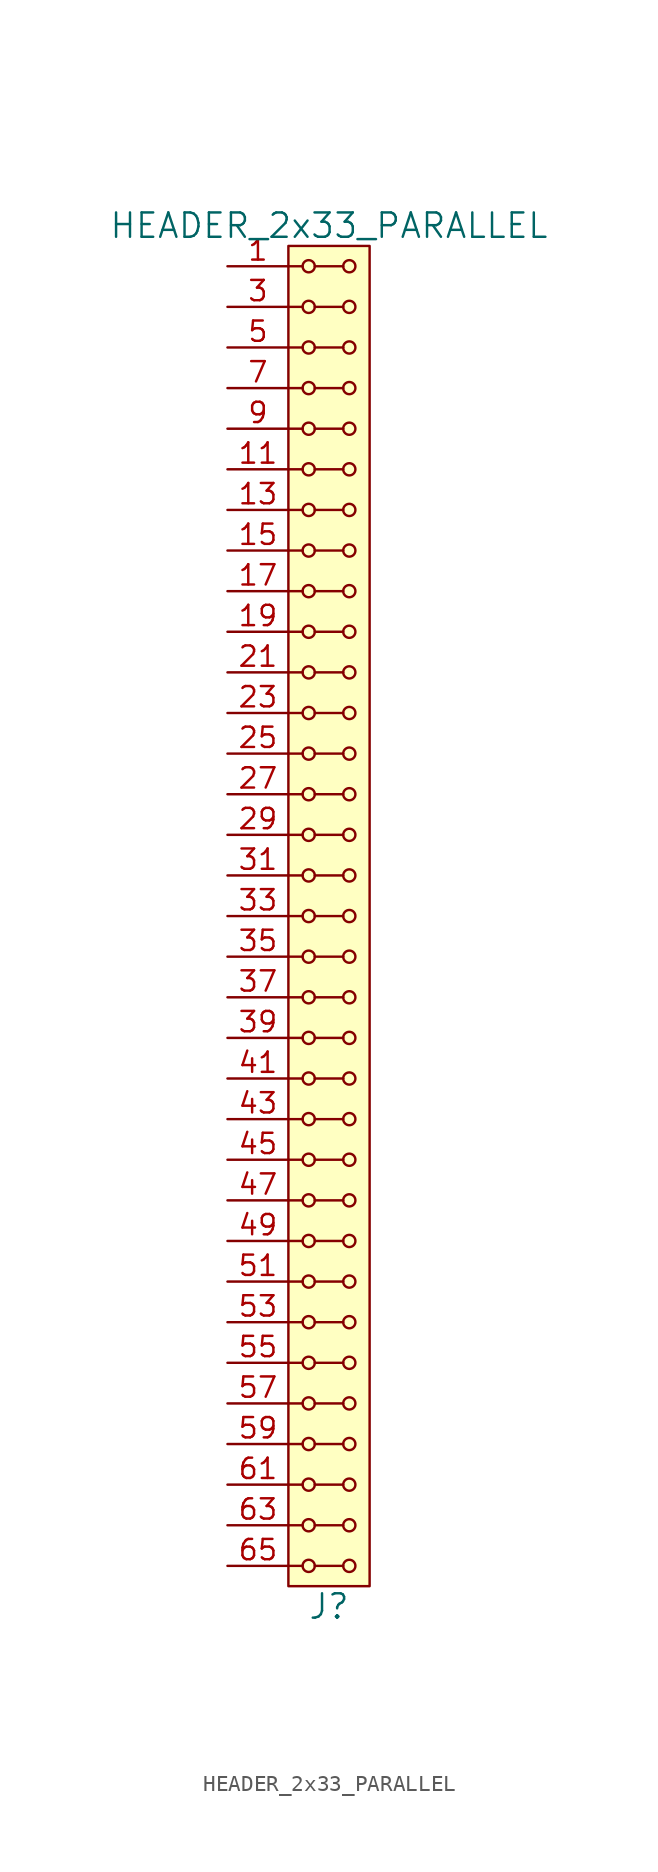
<source format=kicad_sym>
(kicad_symbol_lib
  (version 20211014)
  (generator kicad_symbol_editor)
  (symbol "HEADER_2x33_PARALLEL"
    (pin_names
      (offset 1.016))
    (property "Reference" "J"
      (at 0 -43.18 0)
      (effects (font (size 1.524 1.524))))
    (property "Value" "HEADER_2x33_PARALLEL"
      (at 0 43.18 0)
      (effects (font (size 1.524 1.524))))
    (property "Footprint" ""
      (at 0 40.64 0)
      (effects (font (size 1.524 1.524))))
    (property "Datasheet" ""
      (at 0 40.64 0)
      (effects (font (size 1.524 1.524))))
    (symbol "HEADER_2x33_PARALLEL_0_1"
      (rectangle (start -2.54 41.91) (end 2.54 -41.91) (stroke (width 0) (type default) (color 0 0 0 0)) (fill (type background)))
      (circle (center -1.27 -40.64) (radius 0.381) (stroke (width 0) (type default) (color 0 0 0 0)) (fill (type none)))
      (circle (center -1.27 -38.1) (radius 0.381) (stroke (width 0) (type default) (color 0 0 0 0)) (fill (type none)))
      (circle (center -1.27 -35.56) (radius 0.381) (stroke (width 0) (type default) (color 0 0 0 0)) (fill (type none)))
      (circle (center -1.27 -33.02) (radius 0.381) (stroke (width 0) (type default) (color 0 0 0 0)) (fill (type none)))
      (circle (center -1.27 -30.48) (radius 0.381) (stroke (width 0) (type default) (color 0 0 0 0)) (fill (type none)))
      (circle (center -1.27 -27.94) (radius 0.381) (stroke (width 0) (type default) (color 0 0 0 0)) (fill (type none)))
      (circle (center -1.27 -25.4) (radius 0.381) (stroke (width 0) (type default) (color 0 0 0 0)) (fill (type none)))
      (circle (center -1.27 -22.86) (radius 0.381) (stroke (width 0) (type default) (color 0 0 0 0)) (fill (type none)))
      (circle (center -1.27 -20.32) (radius 0.381) (stroke (width 0) (type default) (color 0 0 0 0)) (fill (type none)))
      (circle (center -1.27 -17.78) (radius 0.381) (stroke (width 0) (type default) (color 0 0 0 0)) (fill (type none)))
      (circle (center -1.27 -15.24) (radius 0.381) (stroke (width 0) (type default) (color 0 0 0 0)) (fill (type none)))
      (circle (center -1.27 -12.7) (radius 0.381) (stroke (width 0) (type default) (color 0 0 0 0)) (fill (type none)))
      (circle (center -1.27 -10.16) (radius 0.381) (stroke (width 0) (type default) (color 0 0 0 0)) (fill (type none)))
      (circle (center -1.27 -7.62) (radius 0.381) (stroke (width 0) (type default) (color 0 0 0 0)) (fill (type none)))
      (circle (center -1.27 -5.08) (radius 0.381) (stroke (width 0) (type default) (color 0 0 0 0)) (fill (type none)))
      (circle (center -1.27 -2.54) (radius 0.381) (stroke (width 0) (type default) (color 0 0 0 0)) (fill (type none)))
      (circle (center -1.27 0) (radius 0.381) (stroke (width 0) (type default) (color 0 0 0 0)) (fill (type none)))
      (circle (center -1.27 2.54) (radius 0.381) (stroke (width 0) (type default) (color 0 0 0 0)) (fill (type none)))
      (circle (center -1.27 5.08) (radius 0.381) (stroke (width 0) (type default) (color 0 0 0 0)) (fill (type none)))
      (circle (center -1.27 7.62) (radius 0.381) (stroke (width 0) (type default) (color 0 0 0 0)) (fill (type none)))
      (circle (center -1.27 10.16) (radius 0.381) (stroke (width 0) (type default) (color 0 0 0 0)) (fill (type none)))
      (circle (center -1.27 12.7) (radius 0.381) (stroke (width 0) (type default) (color 0 0 0 0)) (fill (type none)))
      (circle (center -1.27 15.24) (radius 0.381) (stroke (width 0) (type default) (color 0 0 0 0)) (fill (type none)))
      (circle (center -1.27 17.78) (radius 0.381) (stroke (width 0) (type default) (color 0 0 0 0)) (fill (type none)))
      (circle (center -1.27 20.32) (radius 0.381) (stroke (width 0) (type default) (color 0 0 0 0)) (fill (type none)))
      (circle (center -1.27 22.86) (radius 0.381) (stroke (width 0) (type default) (color 0 0 0 0)) (fill (type none)))
      (circle (center -1.27 25.4) (radius 0.381) (stroke (width 0) (type default) (color 0 0 0 0)) (fill (type none)))
      (circle (center -1.27 27.94) (radius 0.381) (stroke (width 0) (type default) (color 0 0 0 0)) (fill (type none)))
      (circle (center -1.27 30.48) (radius 0.381) (stroke (width 0) (type default) (color 0 0 0 0)) (fill (type none)))
      (circle (center -1.27 33.02) (radius 0.381) (stroke (width 0) (type default) (color 0 0 0 0)) (fill (type none)))
      (circle (center -1.27 35.56) (radius 0.381) (stroke (width 0) (type default) (color 0 0 0 0)) (fill (type none)))
      (circle (center -1.27 38.1) (radius 0.381) (stroke (width 0) (type default) (color 0 0 0 0)) (fill (type none)))
      (circle (center -1.27 40.64) (radius 0.381) (stroke (width 0) (type default) (color 0 0 0 0)) (fill (type none)))
      (polyline (pts (xy -1.651 -40.64) (xy -2.54 -40.64)) (stroke (width 0) (type default) (color 0 0 0 0)) (fill (type none)))
      (polyline (pts (xy -1.651 -38.1) (xy -2.54 -38.1)) (stroke (width 0) (type default) (color 0 0 0 0)) (fill (type none)))
      (polyline (pts (xy -1.651 -35.56) (xy -2.54 -35.56)) (stroke (width 0) (type default) (color 0 0 0 0)) (fill (type none)))
      (polyline (pts (xy -1.651 -33.02) (xy -2.54 -33.02)) (stroke (width 0) (type default) (color 0 0 0 0)) (fill (type none)))
      (polyline (pts (xy -1.651 -30.48) (xy -2.54 -30.48)) (stroke (width 0) (type default) (color 0 0 0 0)) (fill (type none)))
      (polyline (pts (xy -1.651 -27.94) (xy -2.54 -27.94)) (stroke (width 0) (type default) (color 0 0 0 0)) (fill (type none)))
      (polyline (pts (xy -1.651 -25.4) (xy -2.54 -25.4)) (stroke (width 0) (type default) (color 0 0 0 0)) (fill (type none)))
      (polyline (pts (xy -1.651 -22.86) (xy -2.54 -22.86)) (stroke (width 0) (type default) (color 0 0 0 0)) (fill (type none)))
      (polyline (pts (xy -1.651 -20.32) (xy -2.54 -20.32)) (stroke (width 0) (type default) (color 0 0 0 0)) (fill (type none)))
      (polyline (pts (xy -1.651 -17.78) (xy -2.54 -17.78)) (stroke (width 0) (type default) (color 0 0 0 0)) (fill (type none)))
      (polyline (pts (xy -1.651 -15.24) (xy -2.54 -15.24)) (stroke (width 0) (type default) (color 0 0 0 0)) (fill (type none)))
      (polyline (pts (xy -1.651 -12.7) (xy -2.54 -12.7)) (stroke (width 0) (type default) (color 0 0 0 0)) (fill (type none)))
      (polyline (pts (xy -1.651 -10.16) (xy -2.54 -10.16)) (stroke (width 0) (type default) (color 0 0 0 0)) (fill (type none)))
      (polyline (pts (xy -1.651 -7.62) (xy -2.54 -7.62)) (stroke (width 0) (type default) (color 0 0 0 0)) (fill (type none)))
      (polyline (pts (xy -1.651 -5.08) (xy -2.54 -5.08)) (stroke (width 0) (type default) (color 0 0 0 0)) (fill (type none)))
      (polyline (pts (xy -1.651 -2.54) (xy -2.54 -2.54)) (stroke (width 0) (type default) (color 0 0 0 0)) (fill (type none)))
      (polyline (pts (xy -1.651 0) (xy -2.54 0)) (stroke (width 0) (type default) (color 0 0 0 0)) (fill (type none)))
      (polyline (pts (xy -1.651 2.54) (xy -2.54 2.54)) (stroke (width 0) (type default) (color 0 0 0 0)) (fill (type none)))
      (polyline (pts (xy -1.651 5.08) (xy -2.54 5.08)) (stroke (width 0) (type default) (color 0 0 0 0)) (fill (type none)))
      (polyline (pts (xy -1.651 7.62) (xy -2.54 7.62)) (stroke (width 0) (type default) (color 0 0 0 0)) (fill (type none)))
      (polyline (pts (xy -1.651 10.16) (xy -2.54 10.16)) (stroke (width 0) (type default) (color 0 0 0 0)) (fill (type none)))
      (polyline (pts (xy -1.651 12.7) (xy -2.54 12.7)) (stroke (width 0) (type default) (color 0 0 0 0)) (fill (type none)))
      (polyline (pts (xy -1.651 15.24) (xy -2.54 15.24)) (stroke (width 0) (type default) (color 0 0 0 0)) (fill (type none)))
      (polyline (pts (xy -1.651 17.78) (xy -2.54 17.78)) (stroke (width 0) (type default) (color 0 0 0 0)) (fill (type none)))
      (polyline (pts (xy -1.651 20.32) (xy -2.54 20.32)) (stroke (width 0) (type default) (color 0 0 0 0)) (fill (type none)))
      (polyline (pts (xy -1.651 22.86) (xy -2.54 22.86)) (stroke (width 0) (type default) (color 0 0 0 0)) (fill (type none)))
      (polyline (pts (xy -1.651 25.4) (xy -2.54 25.4)) (stroke (width 0) (type default) (color 0 0 0 0)) (fill (type none)))
      (polyline (pts (xy -1.651 27.94) (xy -2.54 27.94)) (stroke (width 0) (type default) (color 0 0 0 0)) (fill (type none)))
      (polyline (pts (xy -1.651 30.48) (xy -2.54 30.48)) (stroke (width 0) (type default) (color 0 0 0 0)) (fill (type none)))
      (polyline (pts (xy -1.651 33.02) (xy -2.54 33.02)) (stroke (width 0) (type default) (color 0 0 0 0)) (fill (type none)))
      (polyline (pts (xy -1.651 35.56) (xy -2.54 35.56)) (stroke (width 0) (type default) (color 0 0 0 0)) (fill (type none)))
      (polyline (pts (xy -1.651 38.1) (xy -2.54 38.1)) (stroke (width 0) (type default) (color 0 0 0 0)) (fill (type none)))
      (polyline (pts (xy -1.651 40.64) (xy -2.54 40.64)) (stroke (width 0) (type default) (color 0 0 0 0)) (fill (type none)))
      (polyline (pts (xy -0.889 -40.64) (xy 0.889 -40.64)) (stroke (width 0) (type default) (color 0 0 0 0)) (fill (type none)))
      (polyline (pts (xy -0.889 -38.1) (xy 0.889 -38.1)) (stroke (width 0) (type default) (color 0 0 0 0)) (fill (type none)))
      (polyline (pts (xy -0.889 -35.56) (xy 0.889 -35.56)) (stroke (width 0) (type default) (color 0 0 0 0)) (fill (type none)))
      (polyline (pts (xy -0.889 -33.02) (xy 0.889 -33.02)) (stroke (width 0) (type default) (color 0 0 0 0)) (fill (type none)))
      (polyline (pts (xy -0.889 -30.48) (xy 0.889 -30.48)) (stroke (width 0) (type default) (color 0 0 0 0)) (fill (type none)))
      (polyline (pts (xy -0.889 -27.94) (xy 0.889 -27.94)) (stroke (width 0) (type default) (color 0 0 0 0)) (fill (type none)))
      (polyline (pts (xy -0.889 -25.4) (xy 0.889 -25.4)) (stroke (width 0) (type default) (color 0 0 0 0)) (fill (type none)))
      (polyline (pts (xy -0.889 -22.86) (xy 0.889 -22.86)) (stroke (width 0) (type default) (color 0 0 0 0)) (fill (type none)))
      (polyline (pts (xy -0.889 -20.32) (xy 0.889 -20.32)) (stroke (width 0) (type default) (color 0 0 0 0)) (fill (type none)))
      (polyline (pts (xy -0.889 -17.78) (xy 0.889 -17.78)) (stroke (width 0) (type default) (color 0 0 0 0)) (fill (type none)))
      (polyline (pts (xy -0.889 -15.24) (xy 0.889 -15.24)) (stroke (width 0) (type default) (color 0 0 0 0)) (fill (type none)))
      (polyline (pts (xy -0.889 -12.7) (xy 0.889 -12.7)) (stroke (width 0) (type default) (color 0 0 0 0)) (fill (type none)))
      (polyline (pts (xy -0.889 -10.16) (xy 0.889 -10.16)) (stroke (width 0) (type default) (color 0 0 0 0)) (fill (type none)))
      (polyline (pts (xy -0.889 -7.62) (xy 0.889 -7.62)) (stroke (width 0) (type default) (color 0 0 0 0)) (fill (type none)))
      (polyline (pts (xy -0.889 -5.08) (xy 0.889 -5.08)) (stroke (width 0) (type default) (color 0 0 0 0)) (fill (type none)))
      (polyline (pts (xy -0.889 -2.54) (xy 0.889 -2.54)) (stroke (width 0) (type default) (color 0 0 0 0)) (fill (type none)))
      (polyline (pts (xy -0.889 0) (xy 0.889 0)) (stroke (width 0) (type default) (color 0 0 0 0)) (fill (type none)))
      (polyline (pts (xy -0.889 2.54) (xy 0.889 2.54)) (stroke (width 0) (type default) (color 0 0 0 0)) (fill (type none)))
      (polyline (pts (xy -0.889 5.08) (xy 0.889 5.08)) (stroke (width 0) (type default) (color 0 0 0 0)) (fill (type none)))
      (polyline (pts (xy -0.889 7.62) (xy 0.889 7.62)) (stroke (width 0) (type default) (color 0 0 0 0)) (fill (type none)))
      (polyline (pts (xy -0.889 10.16) (xy 0.889 10.16)) (stroke (width 0) (type default) (color 0 0 0 0)) (fill (type none)))
      (polyline (pts (xy -0.889 12.7) (xy 0.889 12.7)) (stroke (width 0) (type default) (color 0 0 0 0)) (fill (type none)))
      (polyline (pts (xy -0.889 15.24) (xy 0.889 15.24)) (stroke (width 0) (type default) (color 0 0 0 0)) (fill (type none)))
      (polyline (pts (xy -0.889 17.78) (xy 0.889 17.78)) (stroke (width 0) (type default) (color 0 0 0 0)) (fill (type none)))
      (polyline (pts (xy -0.889 20.32) (xy 0.889 20.32)) (stroke (width 0) (type default) (color 0 0 0 0)) (fill (type none)))
      (polyline (pts (xy -0.889 22.86) (xy 0.889 22.86)) (stroke (width 0) (type default) (color 0 0 0 0)) (fill (type none)))
      (polyline (pts (xy -0.889 25.4) (xy 0.889 25.4)) (stroke (width 0) (type default) (color 0 0 0 0)) (fill (type none)))
      (polyline (pts (xy -0.889 27.94) (xy 0.889 27.94)) (stroke (width 0) (type default) (color 0 0 0 0)) (fill (type none)))
      (polyline (pts (xy -0.889 30.48) (xy 0.889 30.48)) (stroke (width 0) (type default) (color 0 0 0 0)) (fill (type none)))
      (polyline (pts (xy -0.889 33.02) (xy 0.889 33.02)) (stroke (width 0) (type default) (color 0 0 0 0)) (fill (type none)))
      (polyline (pts (xy -0.889 35.56) (xy 0.889 35.56)) (stroke (width 0) (type default) (color 0 0 0 0)) (fill (type none)))
      (polyline (pts (xy -0.889 38.1) (xy 0.889 38.1)) (stroke (width 0) (type default) (color 0 0 0 0)) (fill (type none)))
      (polyline (pts (xy -0.889 40.64) (xy 0.889 40.64)) (stroke (width 0) (type default) (color 0 0 0 0)) (fill (type none)))
      (circle (center 1.27 -40.64) (radius 0.381) (stroke (width 0) (type default) (color 0 0 0 0)) (fill (type none)))
      (circle (center 1.27 -38.1) (radius 0.381) (stroke (width 0) (type default) (color 0 0 0 0)) (fill (type none)))
      (circle (center 1.27 -35.56) (radius 0.381) (stroke (width 0) (type default) (color 0 0 0 0)) (fill (type none)))
      (circle (center 1.27 -33.02) (radius 0.381) (stroke (width 0) (type default) (color 0 0 0 0)) (fill (type none)))
      (circle (center 1.27 -30.48) (radius 0.381) (stroke (width 0) (type default) (color 0 0 0 0)) (fill (type none)))
      (circle (center 1.27 -27.94) (radius 0.381) (stroke (width 0) (type default) (color 0 0 0 0)) (fill (type none)))
      (circle (center 1.27 -25.4) (radius 0.381) (stroke (width 0) (type default) (color 0 0 0 0)) (fill (type none)))
      (circle (center 1.27 -22.86) (radius 0.381) (stroke (width 0) (type default) (color 0 0 0 0)) (fill (type none)))
      (circle (center 1.27 -20.32) (radius 0.381) (stroke (width 0) (type default) (color 0 0 0 0)) (fill (type none)))
      (circle (center 1.27 -17.78) (radius 0.381) (stroke (width 0) (type default) (color 0 0 0 0)) (fill (type none)))
      (circle (center 1.27 -15.24) (radius 0.381) (stroke (width 0) (type default) (color 0 0 0 0)) (fill (type none)))
      (circle (center 1.27 -12.7) (radius 0.381) (stroke (width 0) (type default) (color 0 0 0 0)) (fill (type none)))
      (circle (center 1.27 -10.16) (radius 0.381) (stroke (width 0) (type default) (color 0 0 0 0)) (fill (type none)))
      (circle (center 1.27 -7.62) (radius 0.381) (stroke (width 0) (type default) (color 0 0 0 0)) (fill (type none)))
      (circle (center 1.27 -5.08) (radius 0.381) (stroke (width 0) (type default) (color 0 0 0 0)) (fill (type none)))
      (circle (center 1.27 -2.54) (radius 0.381) (stroke (width 0) (type default) (color 0 0 0 0)) (fill (type none)))
      (circle (center 1.27 0) (radius 0.381) (stroke (width 0) (type default) (color 0 0 0 0)) (fill (type none)))
      (circle (center 1.27 2.54) (radius 0.381) (stroke (width 0) (type default) (color 0 0 0 0)) (fill (type none)))
      (circle (center 1.27 5.08) (radius 0.381) (stroke (width 0) (type default) (color 0 0 0 0)) (fill (type none)))
      (circle (center 1.27 7.62) (radius 0.381) (stroke (width 0) (type default) (color 0 0 0 0)) (fill (type none)))
      (circle (center 1.27 10.16) (radius 0.381) (stroke (width 0) (type default) (color 0 0 0 0)) (fill (type none)))
      (circle (center 1.27 12.7) (radius 0.381) (stroke (width 0) (type default) (color 0 0 0 0)) (fill (type none)))
      (circle (center 1.27 15.24) (radius 0.381) (stroke (width 0) (type default) (color 0 0 0 0)) (fill (type none)))
      (circle (center 1.27 17.78) (radius 0.381) (stroke (width 0) (type default) (color 0 0 0 0)) (fill (type none)))
      (circle (center 1.27 20.32) (radius 0.381) (stroke (width 0) (type default) (color 0 0 0 0)) (fill (type none)))
      (circle (center 1.27 22.86) (radius 0.381) (stroke (width 0) (type default) (color 0 0 0 0)) (fill (type none)))
      (circle (center 1.27 25.4) (radius 0.381) (stroke (width 0) (type default) (color 0 0 0 0)) (fill (type none)))
      (circle (center 1.27 27.94) (radius 0.381) (stroke (width 0) (type default) (color 0 0 0 0)) (fill (type none)))
      (circle (center 1.27 30.48) (radius 0.381) (stroke (width 0) (type default) (color 0 0 0 0)) (fill (type none)))
      (circle (center 1.27 33.02) (radius 0.381) (stroke (width 0) (type default) (color 0 0 0 0)) (fill (type none)))
      (circle (center 1.27 35.56) (radius 0.381) (stroke (width 0) (type default) (color 0 0 0 0)) (fill (type none)))
      (circle (center 1.27 38.1) (radius 0.381) (stroke (width 0) (type default) (color 0 0 0 0)) (fill (type none)))
      (circle (center 1.27 40.64) (radius 0.381) (stroke (width 0) (type default) (color 0 0 0 0)) (fill (type none))))
    (symbol "HEADER_2x33_PARALLEL_1_1"
      (pin input line (at -6.35 40.64 0) (length 3.81) (name "~" (effects (font (size 1.27 1.27)))) (number "1" (effects (font (size 1.27 1.27)))))
      (pin input line (at -6.35 30.48 0) (length 3.81) hide (name "~" (effects (font (size 1.27 1.27)))) (number "10" (effects (font (size 1.27 1.27)))))
      (pin input line (at -6.35 27.94 0) (length 3.81) (name "~" (effects (font (size 1.27 1.27)))) (number "11" (effects (font (size 1.27 1.27)))))
      (pin input line (at -6.35 27.94 0) (length 3.81) hide (name "~" (effects (font (size 1.27 1.27)))) (number "12" (effects (font (size 1.27 1.27)))))
      (pin input line (at -6.35 25.4 0) (length 3.81) (name "~" (effects (font (size 1.27 1.27)))) (number "13" (effects (font (size 1.27 1.27)))))
      (pin input line (at -6.35 25.4 0) (length 3.81) hide (name "~" (effects (font (size 1.27 1.27)))) (number "14" (effects (font (size 1.27 1.27)))))
      (pin input line (at -6.35 22.86 0) (length 3.81) (name "~" (effects (font (size 1.27 1.27)))) (number "15" (effects (font (size 1.27 1.27)))))
      (pin input line (at -6.35 22.86 0) (length 3.81) hide (name "~" (effects (font (size 1.27 1.27)))) (number "16" (effects (font (size 1.27 1.27)))))
      (pin input line (at -6.35 20.32 0) (length 3.81) (name "~" (effects (font (size 1.27 1.27)))) (number "17" (effects (font (size 1.27 1.27)))))
      (pin input line (at -6.35 20.32 0) (length 3.81) hide (name "~" (effects (font (size 1.27 1.27)))) (number "18" (effects (font (size 1.27 1.27)))))
      (pin input line (at -6.35 17.78 0) (length 3.81) (name "~" (effects (font (size 1.27 1.27)))) (number "19" (effects (font (size 1.27 1.27)))))
      (pin input line (at -6.35 40.64 0) (length 3.81) hide (name "~" (effects (font (size 1.27 1.27)))) (number "2" (effects (font (size 1.27 1.27)))))
      (pin input line (at -6.35 17.78 0) (length 3.81) hide (name "~" (effects (font (size 1.27 1.27)))) (number "20" (effects (font (size 1.27 1.27)))))
      (pin input line (at -6.35 15.24 0) (length 3.81) (name "~" (effects (font (size 1.27 1.27)))) (number "21" (effects (font (size 1.27 1.27)))))
      (pin input line (at -6.35 15.24 0) (length 3.81) hide (name "~" (effects (font (size 1.27 1.27)))) (number "22" (effects (font (size 1.27 1.27)))))
      (pin input line (at -6.35 12.7 0) (length 3.81) (name "~" (effects (font (size 1.27 1.27)))) (number "23" (effects (font (size 1.27 1.27)))))
      (pin input line (at -6.35 12.7 0) (length 3.81) hide (name "~" (effects (font (size 1.27 1.27)))) (number "24" (effects (font (size 1.27 1.27)))))
      (pin input line (at -6.35 10.16 0) (length 3.81) (name "~" (effects (font (size 1.27 1.27)))) (number "25" (effects (font (size 1.27 1.27)))))
      (pin input line (at -6.35 10.16 0) (length 3.81) hide (name "~" (effects (font (size 1.27 1.27)))) (number "26" (effects (font (size 1.27 1.27)))))
      (pin input line (at -6.35 7.62 0) (length 3.81) (name "~" (effects (font (size 1.27 1.27)))) (number "27" (effects (font (size 1.27 1.27)))))
      (pin input line (at -6.35 7.62 0) (length 3.81) hide (name "~" (effects (font (size 1.27 1.27)))) (number "28" (effects (font (size 1.27 1.27)))))
      (pin input line (at -6.35 5.08 0) (length 3.81) (name "~" (effects (font (size 1.27 1.27)))) (number "29" (effects (font (size 1.27 1.27)))))
      (pin input line (at -6.35 38.1 0) (length 3.81) (name "~" (effects (font (size 1.27 1.27)))) (number "3" (effects (font (size 1.27 1.27)))))
      (pin input line (at -6.35 5.08 0) (length 3.81) hide (name "~" (effects (font (size 1.27 1.27)))) (number "30" (effects (font (size 1.27 1.27)))))
      (pin input line (at -6.35 2.54 0) (length 3.81) (name "~" (effects (font (size 1.27 1.27)))) (number "31" (effects (font (size 1.27 1.27)))))
      (pin input line (at -6.35 2.54 0) (length 3.81) hide (name "~" (effects (font (size 1.27 1.27)))) (number "32" (effects (font (size 1.27 1.27)))))
      (pin input line (at -6.35 0 0) (length 3.81) (name "~" (effects (font (size 1.27 1.27)))) (number "33" (effects (font (size 1.27 1.27)))))
      (pin input line (at -6.35 0 0) (length 3.81) hide (name "~" (effects (font (size 1.27 1.27)))) (number "34" (effects (font (size 1.27 1.27)))))
      (pin input line (at -6.35 -2.54 0) (length 3.81) (name "~" (effects (font (size 1.27 1.27)))) (number "35" (effects (font (size 1.27 1.27)))))
      (pin input line (at -6.35 -2.54 0) (length 3.81) hide (name "~" (effects (font (size 1.27 1.27)))) (number "36" (effects (font (size 1.27 1.27)))))
      (pin input line (at -6.35 -5.08 0) (length 3.81) (name "~" (effects (font (size 1.27 1.27)))) (number "37" (effects (font (size 1.27 1.27)))))
      (pin input line (at -6.35 -5.08 0) (length 3.81) hide (name "~" (effects (font (size 1.27 1.27)))) (number "38" (effects (font (size 1.27 1.27)))))
      (pin input line (at -6.35 -7.62 0) (length 3.81) (name "~" (effects (font (size 1.27 1.27)))) (number "39" (effects (font (size 1.27 1.27)))))
      (pin input line (at -6.35 38.1 0) (length 3.81) hide (name "~" (effects (font (size 1.27 1.27)))) (number "4" (effects (font (size 1.27 1.27)))))
      (pin input line (at -6.35 -7.62 0) (length 3.81) hide (name "~" (effects (font (size 1.27 1.27)))) (number "40" (effects (font (size 1.27 1.27)))))
      (pin input line (at -6.35 -10.16 0) (length 3.81) (name "~" (effects (font (size 1.27 1.27)))) (number "41" (effects (font (size 1.27 1.27)))))
      (pin input line (at -6.35 -10.16 0) (length 3.81) hide (name "~" (effects (font (size 1.27 1.27)))) (number "42" (effects (font (size 1.27 1.27)))))
      (pin input line (at -6.35 -12.7 0) (length 3.81) (name "~" (effects (font (size 1.27 1.27)))) (number "43" (effects (font (size 1.27 1.27)))))
      (pin input line (at -6.35 -12.7 0) (length 3.81) hide (name "~" (effects (font (size 1.27 1.27)))) (number "44" (effects (font (size 1.27 1.27)))))
      (pin input line (at -6.35 -15.24 0) (length 3.81) (name "~" (effects (font (size 1.27 1.27)))) (number "45" (effects (font (size 1.27 1.27)))))
      (pin input line (at -6.35 -15.24 0) (length 3.81) hide (name "~" (effects (font (size 1.27 1.27)))) (number "46" (effects (font (size 1.27 1.27)))))
      (pin input line (at -6.35 -17.78 0) (length 3.81) (name "~" (effects (font (size 1.27 1.27)))) (number "47" (effects (font (size 1.27 1.27)))))
      (pin input line (at -6.35 -17.78 0) (length 3.81) hide (name "~" (effects (font (size 1.27 1.27)))) (number "48" (effects (font (size 1.27 1.27)))))
      (pin input line (at -6.35 -20.32 0) (length 3.81) (name "~" (effects (font (size 1.27 1.27)))) (number "49" (effects (font (size 1.27 1.27)))))
      (pin input line (at -6.35 35.56 0) (length 3.81) (name "~" (effects (font (size 1.27 1.27)))) (number "5" (effects (font (size 1.27 1.27)))))
      (pin input line (at -6.35 -20.32 0) (length 3.81) hide (name "~" (effects (font (size 1.27 1.27)))) (number "50" (effects (font (size 1.27 1.27)))))
      (pin input line (at -6.35 -22.86 0) (length 3.81) (name "~" (effects (font (size 1.27 1.27)))) (number "51" (effects (font (size 1.27 1.27)))))
      (pin input line (at -6.35 -22.86 0) (length 3.81) hide (name "~" (effects (font (size 1.27 1.27)))) (number "52" (effects (font (size 1.27 1.27)))))
      (pin input line (at -6.35 -25.4 0) (length 3.81) (name "~" (effects (font (size 1.27 1.27)))) (number "53" (effects (font (size 1.27 1.27)))))
      (pin input line (at -6.35 -25.4 0) (length 3.81) hide (name "~" (effects (font (size 1.27 1.27)))) (number "54" (effects (font (size 1.27 1.27)))))
      (pin input line (at -6.35 -27.94 0) (length 3.81) (name "~" (effects (font (size 1.27 1.27)))) (number "55" (effects (font (size 1.27 1.27)))))
      (pin input line (at -6.35 -27.94 0) (length 3.81) hide (name "~" (effects (font (size 1.27 1.27)))) (number "56" (effects (font (size 1.27 1.27)))))
      (pin input line (at -6.35 -30.48 0) (length 3.81) (name "~" (effects (font (size 1.27 1.27)))) (number "57" (effects (font (size 1.27 1.27)))))
      (pin input line (at -6.35 -30.48 0) (length 3.81) hide (name "~" (effects (font (size 1.27 1.27)))) (number "58" (effects (font (size 1.27 1.27)))))
      (pin input line (at -6.35 -33.02 0) (length 3.81) (name "~" (effects (font (size 1.27 1.27)))) (number "59" (effects (font (size 1.27 1.27)))))
      (pin input line (at -6.35 35.56 0) (length 3.81) hide (name "~" (effects (font (size 1.27 1.27)))) (number "6" (effects (font (size 1.27 1.27)))))
      (pin input line (at -6.35 -33.02 0) (length 3.81) hide (name "~" (effects (font (size 1.27 1.27)))) (number "60" (effects (font (size 1.27 1.27)))))
      (pin input line (at -6.35 -35.56 0) (length 3.81) (name "~" (effects (font (size 1.27 1.27)))) (number "61" (effects (font (size 1.27 1.27)))))
      (pin input line (at -6.35 -35.56 0) (length 3.81) hide (name "~" (effects (font (size 1.27 1.27)))) (number "62" (effects (font (size 1.27 1.27)))))
      (pin input line (at -6.35 -38.1 0) (length 3.81) (name "~" (effects (font (size 1.27 1.27)))) (number "63" (effects (font (size 1.27 1.27)))))
      (pin input line (at -6.35 -38.1 0) (length 3.81) hide (name "~" (effects (font (size 1.27 1.27)))) (number "64" (effects (font (size 1.27 1.27)))))
      (pin input line (at -6.35 -40.64 0) (length 3.81) (name "~" (effects (font (size 1.27 1.27)))) (number "65" (effects (font (size 1.27 1.27)))))
      (pin input line (at -6.35 -40.64 0) (length 3.81) hide (name "~" (effects (font (size 1.27 1.27)))) (number "66" (effects (font (size 1.27 1.27)))))
      (pin input line (at -6.35 33.02 0) (length 3.81) (name "~" (effects (font (size 1.27 1.27)))) (number "7" (effects (font (size 1.27 1.27)))))
      (pin input line (at -6.35 33.02 0) (length 3.81) hide (name "~" (effects (font (size 1.27 1.27)))) (number "8" (effects (font (size 1.27 1.27)))))
      (pin input line (at -6.35 30.48 0) (length 3.81) (name "~" (effects (font (size 1.27 1.27)))) (number "9" (effects (font (size 1.27 1.27))))))))
</source>
